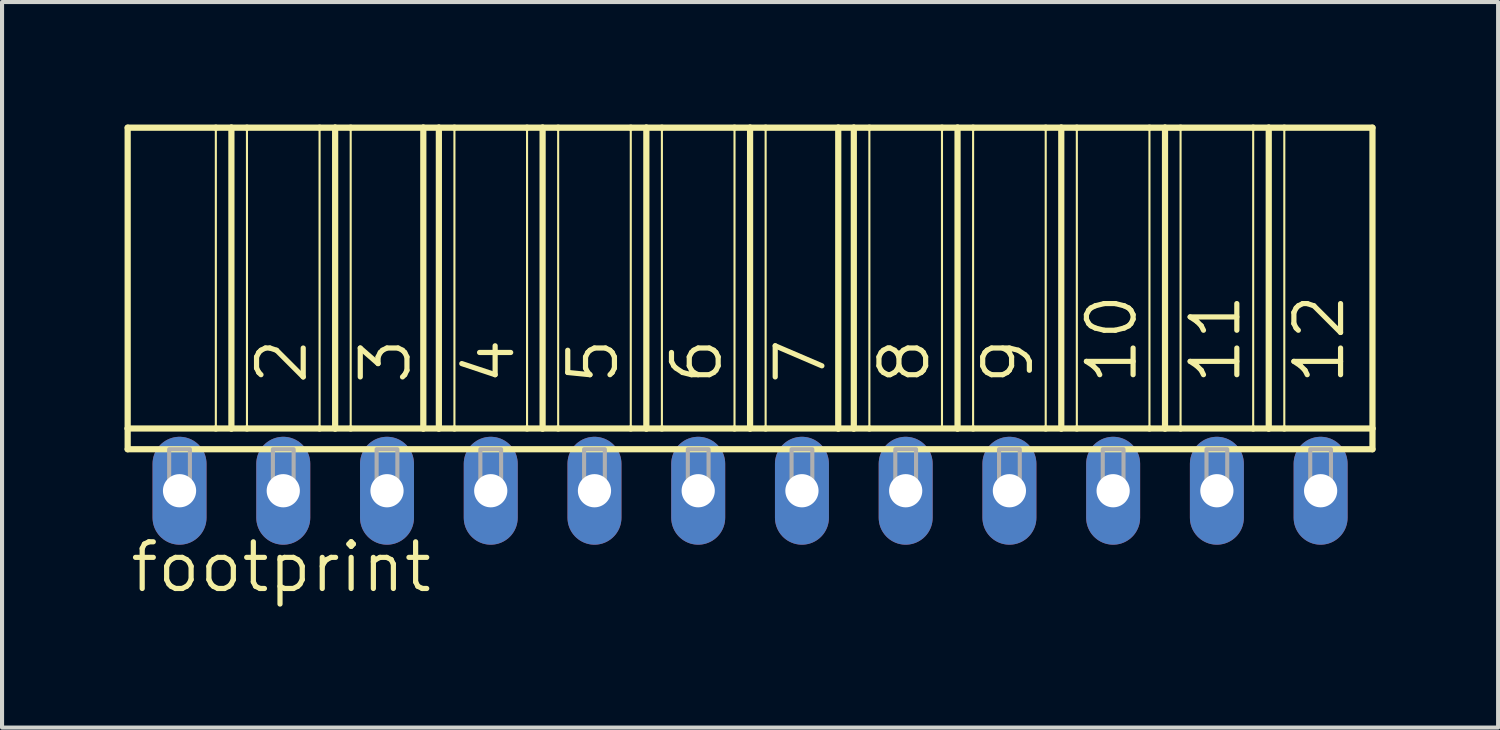
<source format=kicad_pcb>
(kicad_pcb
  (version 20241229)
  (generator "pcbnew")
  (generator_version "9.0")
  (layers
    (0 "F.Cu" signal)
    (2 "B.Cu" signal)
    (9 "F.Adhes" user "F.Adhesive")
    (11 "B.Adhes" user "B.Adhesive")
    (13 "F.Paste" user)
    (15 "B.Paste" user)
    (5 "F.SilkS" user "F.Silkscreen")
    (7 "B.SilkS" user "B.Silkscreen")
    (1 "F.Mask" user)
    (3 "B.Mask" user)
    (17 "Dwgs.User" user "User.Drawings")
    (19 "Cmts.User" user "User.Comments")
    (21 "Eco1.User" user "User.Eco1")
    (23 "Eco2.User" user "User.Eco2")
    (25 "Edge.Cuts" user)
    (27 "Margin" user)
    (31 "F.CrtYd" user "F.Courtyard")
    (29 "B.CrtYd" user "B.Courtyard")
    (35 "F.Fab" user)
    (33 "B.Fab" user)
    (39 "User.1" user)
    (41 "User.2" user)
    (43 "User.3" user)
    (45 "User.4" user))
  (footprint "footprint"
    (layer "F.Cu")
    (at 15.316 8.966)
    (property "Reference" "footprint" (at -15.24 2.54 0) (layer "F.SilkS") (effects (font (size 1.143 1.143) (thickness 0.127)) (justify left bottom)))
    (fp_line (start -15.24 -8.89) (end -13.081 -8.89) (stroke (width 0.152) (type solid)) (layer "F.SilkS"))
    (fp_line (start -15.24 -1.524) (end -15.24 -8.89) (stroke (width 0.152) (type solid)) (layer "F.SilkS"))
    (fp_line (start -15.24 -1.524) (end -13.081 -1.524) (stroke (width 0.152) (type solid)) (layer "F.SilkS"))
    (fp_line (start -15.24 -1.016) (end -15.24 -1.524) (stroke (width 0.152) (type solid)) (layer "F.SilkS"))
    (fp_line (start -15.24 -1.016) (end 15.24 -1.016) (stroke (width 0.152) (type solid)) (layer "F.SilkS"))
    (fp_line (start -13.081 -8.89) (end -13.081 -1.524) (stroke (width 0.051) (type solid)) (layer "F.SilkS"))
    (fp_line (start -13.081 -8.89) (end -12.7 -8.89) (stroke (width 0.152) (type solid)) (layer "F.SilkS"))
    (fp_line (start -13.081 -1.524) (end -12.7 -1.524) (stroke (width 0.152) (type solid)) (layer "F.SilkS"))
    (fp_line (start -12.7 -8.89) (end -12.7 -1.524) (stroke (width 0.152) (type solid)) (layer "F.SilkS"))
    (fp_line (start -12.7 -8.89) (end -12.319 -8.89) (stroke (width 0.152) (type solid)) (layer "F.SilkS"))
    (fp_line (start -12.7 -1.524) (end -12.319 -1.524) (stroke (width 0.152) (type solid)) (layer "F.SilkS"))
    (fp_line (start -12.319 -8.89) (end -12.319 -1.524) (stroke (width 0.051) (type solid)) (layer "F.SilkS"))
    (fp_line (start -12.319 -8.89) (end -10.541 -8.89) (stroke (width 0.152) (type solid)) (layer "F.SilkS"))
    (fp_line (start -12.319 -1.524) (end -10.541 -1.524) (stroke (width 0.152) (type solid)) (layer "F.SilkS"))
    (fp_line (start -10.541 -8.89) (end -10.541 -1.524) (stroke (width 0.051) (type solid)) (layer "F.SilkS"))
    (fp_line (start -10.541 -8.89) (end -10.16 -8.89) (stroke (width 0.152) (type solid)) (layer "F.SilkS"))
    (fp_line (start -10.541 -1.524) (end -10.16 -1.524) (stroke (width 0.152) (type solid)) (layer "F.SilkS"))
    (fp_line (start -10.16 -8.89) (end -10.16 -1.524) (stroke (width 0.152) (type solid)) (layer "F.SilkS"))
    (fp_line (start -10.16 -8.89) (end -9.779 -8.89) (stroke (width 0.152) (type solid)) (layer "F.SilkS"))
    (fp_line (start -10.16 -1.524) (end -9.779 -1.524) (stroke (width 0.152) (type solid)) (layer "F.SilkS"))
    (fp_line (start -9.779 -8.89) (end -9.779 -1.524) (stroke (width 0.051) (type solid)) (layer "F.SilkS"))
    (fp_line (start -9.779 -8.89) (end -8.001 -8.89) (stroke (width 0.152) (type solid)) (layer "F.SilkS"))
    (fp_line (start -9.779 -1.524) (end -8.001 -1.524) (stroke (width 0.152) (type solid)) (layer "F.SilkS"))
    (fp_line (start -8.001 -8.89) (end -8.001 -1.524) (stroke (width 0.152) (type solid)) (layer "F.SilkS"))
    (fp_line (start -8.001 -8.89) (end -7.62 -8.89) (stroke (width 0.152) (type solid)) (layer "F.SilkS"))
    (fp_line (start -8.001 -1.524) (end -7.62 -1.524) (stroke (width 0.152) (type solid)) (layer "F.SilkS"))
    (fp_line (start -7.62 -8.89) (end -7.62 -1.524) (stroke (width 0.152) (type solid)) (layer "F.SilkS"))
    (fp_line (start -7.62 -8.89) (end -7.239 -8.89) (stroke (width 0.152) (type solid)) (layer "F.SilkS"))
    (fp_line (start -7.62 -1.524) (end -7.239 -1.524) (stroke (width 0.152) (type solid)) (layer "F.SilkS"))
    (fp_line (start -7.239 -8.89) (end -7.239 -1.524) (stroke (width 0.051) (type solid)) (layer "F.SilkS"))
    (fp_line (start -7.239 -8.89) (end -5.461 -8.89) (stroke (width 0.152) (type solid)) (layer "F.SilkS"))
    (fp_line (start -7.239 -1.524) (end -5.461 -1.524) (stroke (width 0.152) (type solid)) (layer "F.SilkS"))
    (fp_line (start -5.461 -8.89) (end -5.461 -1.524) (stroke (width 0.051) (type solid)) (layer "F.SilkS"))
    (fp_line (start -5.461 -8.89) (end -5.08 -8.89) (stroke (width 0.152) (type solid)) (layer "F.SilkS"))
    (fp_line (start -5.461 -1.524) (end -5.08 -1.524) (stroke (width 0.152) (type solid)) (layer "F.SilkS"))
    (fp_line (start -5.08 -8.89) (end -5.08 -1.524) (stroke (width 0.152) (type solid)) (layer "F.SilkS"))
    (fp_line (start -5.08 -8.89) (end -4.699 -8.89) (stroke (width 0.152) (type solid)) (layer "F.SilkS"))
    (fp_line (start -5.08 -1.524) (end -4.699 -1.524) (stroke (width 0.152) (type solid)) (layer "F.SilkS"))
    (fp_line (start -4.699 -8.89) (end -4.699 -1.524) (stroke (width 0.051) (type solid)) (layer "F.SilkS"))
    (fp_line (start -4.699 -8.89) (end -2.921 -8.89) (stroke (width 0.152) (type solid)) (layer "F.SilkS"))
    (fp_line (start -4.699 -1.524) (end -2.921 -1.524) (stroke (width 0.152) (type solid)) (layer "F.SilkS"))
    (fp_line (start -2.921 -8.89) (end -2.921 -1.524) (stroke (width 0.051) (type solid)) (layer "F.SilkS"))
    (fp_line (start -2.921 -8.89) (end -2.54 -8.89) (stroke (width 0.152) (type solid)) (layer "F.SilkS"))
    (fp_line (start -2.921 -1.524) (end -2.54 -1.524) (stroke (width 0.152) (type solid)) (layer "F.SilkS"))
    (fp_line (start -2.54 -8.89) (end -2.54 -1.524) (stroke (width 0.152) (type solid)) (layer "F.SilkS"))
    (fp_line (start -2.54 -8.89) (end -2.159 -8.89) (stroke (width 0.152) (type solid)) (layer "F.SilkS"))
    (fp_line (start -2.54 -1.524) (end -2.159 -1.524) (stroke (width 0.152) (type solid)) (layer "F.SilkS"))
    (fp_line (start -2.159 -8.89) (end -2.159 -1.524) (stroke (width 0.051) (type solid)) (layer "F.SilkS"))
    (fp_line (start -2.159 -8.89) (end -0.381 -8.89) (stroke (width 0.152) (type solid)) (layer "F.SilkS"))
    (fp_line (start -2.159 -1.524) (end -0.381 -1.524) (stroke (width 0.152) (type solid)) (layer "F.SilkS"))
    (fp_line (start -0.381 -8.89) (end -0.381 -1.524) (stroke (width 0.051) (type solid)) (layer "F.SilkS"))
    (fp_line (start -0.381 -8.89) (end 0 -8.89) (stroke (width 0.152) (type solid)) (layer "F.SilkS"))
    (fp_line (start -0.381 -1.524) (end 0 -1.524) (stroke (width 0.152) (type solid)) (layer "F.SilkS"))
    (fp_line (start 0 -8.89) (end 0 -1.524) (stroke (width 0.152) (type solid)) (layer "F.SilkS"))
    (fp_line (start 0 -8.89) (end 0.381 -8.89) (stroke (width 0.152) (type solid)) (layer "F.SilkS"))
    (fp_line (start 0 -1.524) (end 0.381 -1.524) (stroke (width 0.152) (type solid)) (layer "F.SilkS"))
    (fp_line (start 0.381 -8.89) (end 0.381 -1.524) (stroke (width 0.051) (type solid)) (layer "F.SilkS"))
    (fp_line (start 0.381 -8.89) (end 2.159 -8.89) (stroke (width 0.152) (type solid)) (layer "F.SilkS"))
    (fp_line (start 0.381 -1.524) (end 2.159 -1.524) (stroke (width 0.152) (type solid)) (layer "F.SilkS"))
    (fp_line (start 2.159 -8.89) (end 2.159 -1.524) (stroke (width 0.152) (type solid)) (layer "F.SilkS"))
    (fp_line (start 2.159 -8.89) (end 2.54 -8.89) (stroke (width 0.152) (type solid)) (layer "F.SilkS"))
    (fp_line (start 2.159 -1.524) (end 2.54 -1.524) (stroke (width 0.152) (type solid)) (layer "F.SilkS"))
    (fp_line (start 2.54 -8.89) (end 2.54 -1.524) (stroke (width 0.152) (type solid)) (layer "F.SilkS"))
    (fp_line (start 2.54 -8.89) (end 2.921 -8.89) (stroke (width 0.152) (type solid)) (layer "F.SilkS"))
    (fp_line (start 2.54 -1.524) (end 2.921 -1.524) (stroke (width 0.152) (type solid)) (layer "F.SilkS"))
    (fp_line (start 2.921 -8.89) (end 2.921 -1.524) (stroke (width 0.051) (type solid)) (layer "F.SilkS"))
    (fp_line (start 2.921 -8.89) (end 4.699 -8.89) (stroke (width 0.152) (type solid)) (layer "F.SilkS"))
    (fp_line (start 2.921 -1.524) (end 5.08 -1.524) (stroke (width 0.152) (type solid)) (layer "F.SilkS"))
    (fp_line (start 4.699 -8.89) (end 4.699 -1.524) (stroke (width 0.051) (type solid)) (layer "F.SilkS"))
    (fp_line (start 4.699 -8.89) (end 5.08 -8.89) (stroke (width 0.152) (type solid)) (layer "F.SilkS"))
    (fp_line (start 5.08 -8.89) (end 5.08 -1.524) (stroke (width 0.152) (type solid)) (layer "F.SilkS"))
    (fp_line (start 5.08 -8.89) (end 5.461 -8.89) (stroke (width 0.152) (type solid)) (layer "F.SilkS"))
    (fp_line (start 5.08 -1.524) (end 5.461 -1.524) (stroke (width 0.152) (type solid)) (layer "F.SilkS"))
    (fp_line (start 5.461 -8.89) (end 5.461 -1.524) (stroke (width 0.051) (type solid)) (layer "F.SilkS"))
    (fp_line (start 5.461 -8.89) (end 7.239 -8.89) (stroke (width 0.152) (type solid)) (layer "F.SilkS"))
    (fp_line (start 5.461 -1.524) (end 7.239 -1.524) (stroke (width 0.152) (type solid)) (layer "F.SilkS"))
    (fp_line (start 7.239 -8.89) (end 7.239 -1.524) (stroke (width 0.051) (type solid)) (layer "F.SilkS"))
    (fp_line (start 7.239 -8.89) (end 7.62 -8.89) (stroke (width 0.152) (type solid)) (layer "F.SilkS"))
    (fp_line (start 7.239 -1.524) (end 7.62 -1.524) (stroke (width 0.152) (type solid)) (layer "F.SilkS"))
    (fp_line (start 7.62 -8.89) (end 7.62 -1.524) (stroke (width 0.152) (type solid)) (layer "F.SilkS"))
    (fp_line (start 7.62 -8.89) (end 8.001 -8.89) (stroke (width 0.152) (type solid)) (layer "F.SilkS"))
    (fp_line (start 7.62 -1.524) (end 8.001 -1.524) (stroke (width 0.152) (type solid)) (layer "F.SilkS"))
    (fp_line (start 8.001 -8.89) (end 8.001 -1.524) (stroke (width 0.051) (type solid)) (layer "F.SilkS"))
    (fp_line (start 8.001 -8.89) (end 9.779 -8.89) (stroke (width 0.152) (type solid)) (layer "F.SilkS"))
    (fp_line (start 8.001 -1.524) (end 9.779 -1.524) (stroke (width 0.152) (type solid)) (layer "F.SilkS"))
    (fp_line (start 9.779 -8.89) (end 9.779 -1.524) (stroke (width 0.051) (type solid)) (layer "F.SilkS"))
    (fp_line (start 9.779 -8.89) (end 10.16 -8.89) (stroke (width 0.152) (type solid)) (layer "F.SilkS"))
    (fp_line (start 9.779 -1.524) (end 10.16 -1.524) (stroke (width 0.152) (type solid)) (layer "F.SilkS"))
    (fp_line (start 10.16 -8.89) (end 10.16 -1.524) (stroke (width 0.152) (type solid)) (layer "F.SilkS"))
    (fp_line (start 10.16 -8.89) (end 10.541 -8.89) (stroke (width 0.152) (type solid)) (layer "F.SilkS"))
    (fp_line (start 10.16 -1.524) (end 10.541 -1.524) (stroke (width 0.152) (type solid)) (layer "F.SilkS"))
    (fp_line (start 10.541 -8.89) (end 10.541 -1.524) (stroke (width 0.051) (type solid)) (layer "F.SilkS"))
    (fp_line (start 10.541 -8.89) (end 12.319 -8.89) (stroke (width 0.152) (type solid)) (layer "F.SilkS"))
    (fp_line (start 10.541 -1.524) (end 12.319 -1.524) (stroke (width 0.152) (type solid)) (layer "F.SilkS"))
    (fp_line (start 12.319 -8.89) (end 12.319 -1.524) (stroke (width 0.051) (type solid)) (layer "F.SilkS"))
    (fp_line (start 12.319 -8.89) (end 12.7 -8.89) (stroke (width 0.152) (type solid)) (layer "F.SilkS"))
    (fp_line (start 12.319 -1.524) (end 12.7 -1.524) (stroke (width 0.152) (type solid)) (layer "F.SilkS"))
    (fp_line (start 12.7 -8.89) (end 12.7 -1.524) (stroke (width 0.152) (type solid)) (layer "F.SilkS"))
    (fp_line (start 12.7 -8.89) (end 13.081 -8.89) (stroke (width 0.152) (type solid)) (layer "F.SilkS"))
    (fp_line (start 12.7 -1.524) (end 13.081 -1.524) (stroke (width 0.152) (type solid)) (layer "F.SilkS"))
    (fp_line (start 13.081 -8.89) (end 13.081 -1.524) (stroke (width 0.051) (type solid)) (layer "F.SilkS"))
    (fp_line (start 13.081 -8.89) (end 15.24 -8.89) (stroke (width 0.152) (type solid)) (layer "F.SilkS"))
    (fp_line (start 13.081 -1.524) (end 15.24 -1.524) (stroke (width 0.152) (type solid)) (layer "F.SilkS"))
    (fp_line (start 15.24 -8.89) (end 15.24 -1.524) (stroke (width 0.152) (type solid)) (layer "F.SilkS"))
    (fp_line (start 15.24 -1.524) (end 15.24 -1.016) (stroke (width 0.152) (type solid)) (layer "F.SilkS"))
    (fp_poly (pts (xy -14.224 0) (xy -13.716 0) (xy -13.716 -1.016) (xy -14.224 -1.016)) (stroke (width 0.1) (type solid)) (fill no) (layer "F.Fab"))
    (fp_poly (pts (xy -11.684 0) (xy -11.176 0) (xy -11.176 -1.016) (xy -11.684 -1.016)) (stroke (width 0.1) (type solid)) (fill no) (layer "F.Fab"))
    (fp_poly (pts (xy -9.144 0) (xy -8.636 0) (xy -8.636 -1.016) (xy -9.144 -1.016)) (stroke (width 0.1) (type solid)) (fill no) (layer "F.Fab"))
    (fp_poly (pts (xy -6.604 0) (xy -6.096 0) (xy -6.096 -1.016) (xy -6.604 -1.016)) (stroke (width 0.1) (type solid)) (fill no) (layer "F.Fab"))
    (fp_poly (pts (xy -4.064 0) (xy -3.556 0) (xy -3.556 -1.016) (xy -4.064 -1.016)) (stroke (width 0.1) (type solid)) (fill no) (layer "F.Fab"))
    (fp_poly (pts (xy -1.524 0) (xy -1.016 0) (xy -1.016 -1.016) (xy -1.524 -1.016)) (stroke (width 0.1) (type solid)) (fill no) (layer "F.Fab"))
    (fp_poly (pts (xy 1.016 0) (xy 1.524 0) (xy 1.524 -1.016) (xy 1.016 -1.016)) (stroke (width 0.1) (type solid)) (fill no) (layer "F.Fab"))
    (fp_poly (pts (xy 3.556 0) (xy 4.064 0) (xy 4.064 -1.016) (xy 3.556 -1.016)) (stroke (width 0.1) (type solid)) (fill no) (layer "F.Fab"))
    (fp_poly (pts (xy 6.096 0) (xy 6.604 0) (xy 6.604 -1.016) (xy 6.096 -1.016)) (stroke (width 0.1) (type solid)) (fill no) (layer "F.Fab"))
    (fp_poly (pts (xy 8.636 0) (xy 9.144 0) (xy 9.144 -1.016) (xy 8.636 -1.016)) (stroke (width 0.1) (type solid)) (fill no) (layer "F.Fab"))
    (fp_poly (pts (xy 11.176 0) (xy 11.684 0) (xy 11.684 -1.016) (xy 11.176 -1.016)) (stroke (width 0.1) (type solid)) (fill no) (layer "F.Fab"))
    (fp_poly (pts (xy 13.716 0) (xy 14.224 0) (xy 14.224 -1.016) (xy 13.716 -1.016)) (stroke (width 0.1) (type solid)) (fill no) (layer "F.Fab"))
    (fp_text user "4" (at -5.715 -2.54 90) (layer "F.SilkS") (effects (font (size 1.143 1.143) (thickness 0.127)) (justify left bottom)))
    (fp_text user "8" (at 4.445 -2.54 90) (layer "F.SilkS") (effects (font (size 1.143 1.143) (thickness 0.127)) (justify left bottom)))
    (fp_text user "11" (at 12.065 -2.54 90) (layer "F.SilkS") (effects (font (size 1.143 1.143) (thickness 0.127)) (justify left bottom)))
    (fp_text user "6" (at -0.635 -2.54 90) (layer "F.SilkS") (effects (font (size 1.143 1.143) (thickness 0.127)) (justify left bottom)))
    (fp_text user "9" (at 6.985 -2.54 90) (layer "F.SilkS") (effects (font (size 1.143 1.143) (thickness 0.127)) (justify left bottom)))
    (fp_text user "10" (at 9.525 -2.54 90) (layer "F.SilkS") (effects (font (size 1.143 1.143) (thickness 0.127)) (justify left bottom)))
    (fp_text user "12" (at 14.605 -2.54 90) (layer "F.SilkS") (effects (font (size 1.143 1.143) (thickness 0.127)) (justify left bottom)))
    (fp_text user "5" (at -3.175 -2.54 90) (layer "F.SilkS") (effects (font (size 1.143 1.143) (thickness 0.127)) (justify left bottom)))
    (fp_text user "7" (at 1.905 -2.54 90) (layer "F.SilkS") (effects (font (size 1.143 1.143) (thickness 0.127)) (justify left bottom)))
    (fp_text user "2" (at -10.795 -2.54 90) (layer "F.SilkS") (effects (font (size 1.143 1.143) (thickness 0.127)) (justify left bottom)))
    (fp_text user "3" (at -8.255 -2.54 90) (layer "F.SilkS") (effects (font (size 1.143 1.143) (thickness 0.127)) (justify left bottom)))
    (pad "1" thru_hole oval (at -13.97 0 90) (size 2.642 1.321) (drill 0.813) (layers "*.Cu" "*.Mask"))
    (pad "2" thru_hole oval (at -11.43 0 90) (size 2.642 1.321) (drill 0.813) (layers "*.Cu" "*.Mask"))
    (pad "3" thru_hole oval (at -8.89 0 90) (size 2.642 1.321) (drill 0.813) (layers "*.Cu" "*.Mask"))
    (pad "4" thru_hole oval (at -6.35 0 90) (size 2.642 1.321) (drill 0.813) (layers "*.Cu" "*.Mask"))
    (pad "5" thru_hole oval (at -3.81 0 90) (size 2.642 1.321) (drill 0.813) (layers "*.Cu" "*.Mask"))
    (pad "6" thru_hole oval (at -1.27 0 90) (size 2.642 1.321) (drill 0.813) (layers "*.Cu" "*.Mask"))
    (pad "7" thru_hole oval (at 1.27 0 90) (size 2.642 1.321) (drill 0.813) (layers "*.Cu" "*.Mask"))
    (pad "8" thru_hole oval (at 3.81 0 90) (size 2.642 1.321) (drill 0.813) (layers "*.Cu" "*.Mask"))
    (pad "9" thru_hole oval (at 6.35 0 90) (size 2.642 1.321) (drill 0.813) (layers "*.Cu" "*.Mask"))
    (pad "10" thru_hole oval (at 8.89 0 90) (size 2.642 1.321) (drill 0.813) (layers "*.Cu" "*.Mask"))
    (pad "11" thru_hole oval (at 11.43 0 90) (size 2.642 1.321) (drill 0.813) (layers "*.Cu" "*.Mask"))
    (pad "12" thru_hole oval (at 13.97 0 90) (size 2.642 1.321) (drill 0.813) (layers "*.Cu" "*.Mask")))
  (gr_rect
    (start -3 -3)
    (end 33.632 14.765)
    (stroke (width 0.1) (type default))
    (fill no)
    (layer "Edge.Cuts")))
</source>
